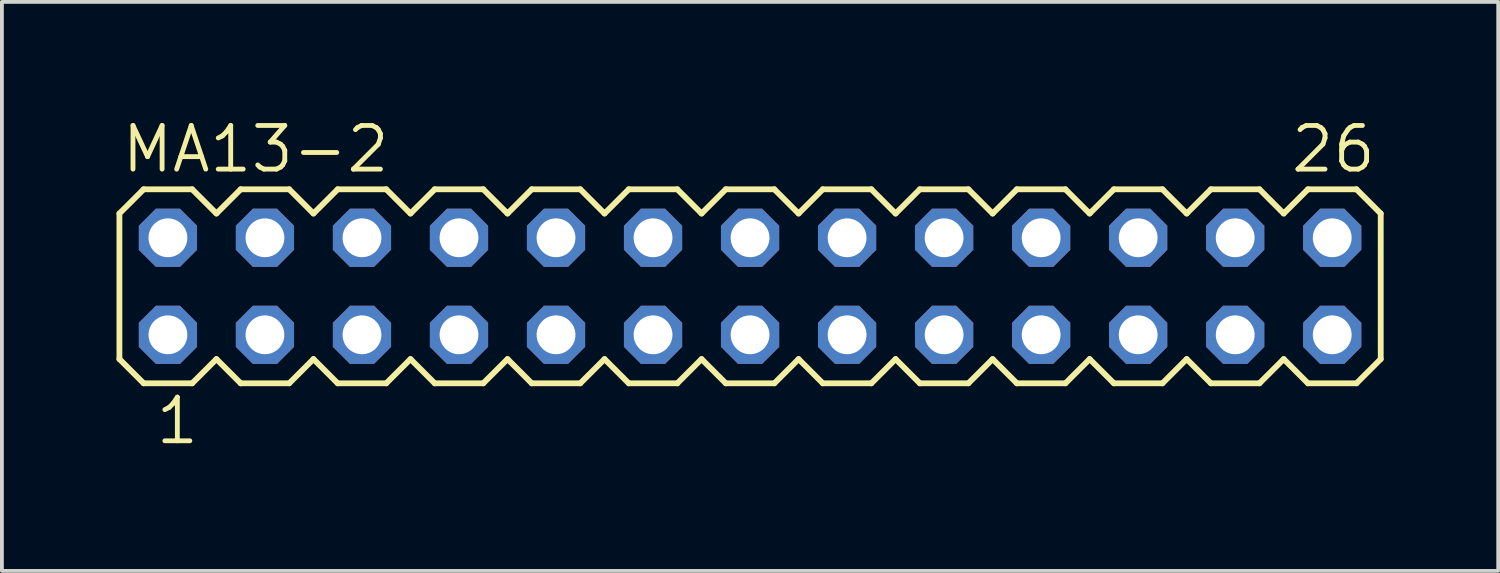
<source format=kicad_pcb>
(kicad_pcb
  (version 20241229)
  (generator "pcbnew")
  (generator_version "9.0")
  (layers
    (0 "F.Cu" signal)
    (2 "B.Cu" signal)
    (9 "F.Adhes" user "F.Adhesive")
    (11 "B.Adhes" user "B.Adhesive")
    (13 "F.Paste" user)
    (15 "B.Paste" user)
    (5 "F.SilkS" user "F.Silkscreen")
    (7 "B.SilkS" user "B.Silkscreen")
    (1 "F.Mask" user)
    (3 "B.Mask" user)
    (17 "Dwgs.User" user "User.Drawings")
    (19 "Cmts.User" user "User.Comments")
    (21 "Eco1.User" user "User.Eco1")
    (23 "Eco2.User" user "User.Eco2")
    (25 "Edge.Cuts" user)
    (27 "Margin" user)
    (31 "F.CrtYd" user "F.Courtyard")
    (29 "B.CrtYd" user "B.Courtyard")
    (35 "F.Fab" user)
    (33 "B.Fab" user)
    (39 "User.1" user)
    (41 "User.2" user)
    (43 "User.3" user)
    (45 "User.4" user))
  (footprint "MA13-2"
    (layer "F.Cu")
    (at 16.586 4.445)
    (property "Reference" "MA13-2" (at -16.51 -2.921 0) (layer "F.SilkS") (effects (font (size 1.143 1.143) (thickness 0.127)) (justify left bottom)))
    (fp_line (start -16.51 -1.905) (end -16.51 1.905) (stroke (width 0.152) (type solid)) (layer "F.SilkS"))
    (fp_line (start -16.51 1.905) (end -15.875 2.54) (stroke (width 0.152) (type solid)) (layer "F.SilkS"))
    (fp_line (start -15.875 -2.54) (end -16.51 -1.905) (stroke (width 0.152) (type solid)) (layer "F.SilkS"))
    (fp_line (start -15.875 -2.54) (end -14.605 -2.54) (stroke (width 0.152) (type solid)) (layer "F.SilkS"))
    (fp_line (start -14.605 -2.54) (end -13.97 -1.905) (stroke (width 0.152) (type solid)) (layer "F.SilkS"))
    (fp_line (start -14.605 2.54) (end -15.875 2.54) (stroke (width 0.152) (type solid)) (layer "F.SilkS"))
    (fp_line (start -13.97 -1.905) (end -13.335 -2.54) (stroke (width 0.152) (type solid)) (layer "F.SilkS"))
    (fp_line (start -13.97 1.905) (end -14.605 2.54) (stroke (width 0.152) (type solid)) (layer "F.SilkS"))
    (fp_line (start -13.335 -2.54) (end -12.065 -2.54) (stroke (width 0.152) (type solid)) (layer "F.SilkS"))
    (fp_line (start -13.335 2.54) (end -13.97 1.905) (stroke (width 0.152) (type solid)) (layer "F.SilkS"))
    (fp_line (start -12.065 -2.54) (end -11.43 -1.905) (stroke (width 0.152) (type solid)) (layer "F.SilkS"))
    (fp_line (start -12.065 2.54) (end -13.335 2.54) (stroke (width 0.152) (type solid)) (layer "F.SilkS"))
    (fp_line (start -11.43 -1.905) (end -10.795 -2.54) (stroke (width 0.152) (type solid)) (layer "F.SilkS"))
    (fp_line (start -11.43 1.905) (end -12.065 2.54) (stroke (width 0.152) (type solid)) (layer "F.SilkS"))
    (fp_line (start -10.795 -2.54) (end -9.525 -2.54) (stroke (width 0.152) (type solid)) (layer "F.SilkS"))
    (fp_line (start -10.795 2.54) (end -11.43 1.905) (stroke (width 0.152) (type solid)) (layer "F.SilkS"))
    (fp_line (start -9.525 -2.54) (end -8.89 -1.905) (stroke (width 0.152) (type solid)) (layer "F.SilkS"))
    (fp_line (start -9.525 2.54) (end -10.795 2.54) (stroke (width 0.152) (type solid)) (layer "F.SilkS"))
    (fp_line (start -8.89 1.905) (end -9.525 2.54) (stroke (width 0.152) (type solid)) (layer "F.SilkS"))
    (fp_line (start -8.89 1.905) (end -8.255 2.54) (stroke (width 0.152) (type solid)) (layer "F.SilkS"))
    (fp_line (start -8.255 -2.54) (end -8.89 -1.905) (stroke (width 0.152) (type solid)) (layer "F.SilkS"))
    (fp_line (start -8.255 -2.54) (end -6.985 -2.54) (stroke (width 0.152) (type solid)) (layer "F.SilkS"))
    (fp_line (start -6.985 -2.54) (end -6.35 -1.905) (stroke (width 0.152) (type solid)) (layer "F.SilkS"))
    (fp_line (start -6.985 2.54) (end -8.255 2.54) (stroke (width 0.152) (type solid)) (layer "F.SilkS"))
    (fp_line (start -6.35 -1.905) (end -5.715 -2.54) (stroke (width 0.152) (type solid)) (layer "F.SilkS"))
    (fp_line (start -6.35 1.905) (end -6.985 2.54) (stroke (width 0.152) (type solid)) (layer "F.SilkS"))
    (fp_line (start -5.715 -2.54) (end -4.445 -2.54) (stroke (width 0.152) (type solid)) (layer "F.SilkS"))
    (fp_line (start -5.715 2.54) (end -6.35 1.905) (stroke (width 0.152) (type solid)) (layer "F.SilkS"))
    (fp_line (start -4.445 -2.54) (end -3.81 -1.905) (stroke (width 0.152) (type solid)) (layer "F.SilkS"))
    (fp_line (start -4.445 2.54) (end -5.715 2.54) (stroke (width 0.152) (type solid)) (layer "F.SilkS"))
    (fp_line (start -3.81 -1.905) (end -3.175 -2.54) (stroke (width 0.152) (type solid)) (layer "F.SilkS"))
    (fp_line (start -3.81 1.905) (end -4.445 2.54) (stroke (width 0.152) (type solid)) (layer "F.SilkS"))
    (fp_line (start -3.175 -2.54) (end -1.905 -2.54) (stroke (width 0.152) (type solid)) (layer "F.SilkS"))
    (fp_line (start -3.175 2.54) (end -3.81 1.905) (stroke (width 0.152) (type solid)) (layer "F.SilkS"))
    (fp_line (start -1.905 -2.54) (end -1.27 -1.905) (stroke (width 0.152) (type solid)) (layer "F.SilkS"))
    (fp_line (start -1.905 2.54) (end -3.175 2.54) (stroke (width 0.152) (type solid)) (layer "F.SilkS"))
    (fp_line (start -1.27 -1.905) (end -0.635 -2.54) (stroke (width 0.152) (type solid)) (layer "F.SilkS"))
    (fp_line (start -1.27 1.905) (end -1.905 2.54) (stroke (width 0.152) (type solid)) (layer "F.SilkS"))
    (fp_line (start -0.635 -2.54) (end 0.635 -2.54) (stroke (width 0.152) (type solid)) (layer "F.SilkS"))
    (fp_line (start -0.635 2.54) (end -1.27 1.905) (stroke (width 0.152) (type solid)) (layer "F.SilkS"))
    (fp_line (start 0.635 -2.54) (end 1.27 -1.905) (stroke (width 0.152) (type solid)) (layer "F.SilkS"))
    (fp_line (start 0.635 2.54) (end -0.635 2.54) (stroke (width 0.152) (type solid)) (layer "F.SilkS"))
    (fp_line (start 1.27 1.905) (end 0.635 2.54) (stroke (width 0.152) (type solid)) (layer "F.SilkS"))
    (fp_line (start 1.27 1.905) (end 1.905 2.54) (stroke (width 0.152) (type solid)) (layer "F.SilkS"))
    (fp_line (start 1.905 -2.54) (end 1.27 -1.905) (stroke (width 0.152) (type solid)) (layer "F.SilkS"))
    (fp_line (start 1.905 -2.54) (end 3.175 -2.54) (stroke (width 0.152) (type solid)) (layer "F.SilkS"))
    (fp_line (start 3.175 -2.54) (end 3.81 -1.905) (stroke (width 0.152) (type solid)) (layer "F.SilkS"))
    (fp_line (start 3.175 2.54) (end 1.905 2.54) (stroke (width 0.152) (type solid)) (layer "F.SilkS"))
    (fp_line (start 3.81 -1.905) (end 4.445 -2.54) (stroke (width 0.152) (type solid)) (layer "F.SilkS"))
    (fp_line (start 3.81 1.905) (end 3.175 2.54) (stroke (width 0.152) (type solid)) (layer "F.SilkS"))
    (fp_line (start 4.445 -2.54) (end 5.715 -2.54) (stroke (width 0.152) (type solid)) (layer "F.SilkS"))
    (fp_line (start 4.445 2.54) (end 3.81 1.905) (stroke (width 0.152) (type solid)) (layer "F.SilkS"))
    (fp_line (start 5.715 -2.54) (end 6.35 -1.905) (stroke (width 0.152) (type solid)) (layer "F.SilkS"))
    (fp_line (start 5.715 2.54) (end 4.445 2.54) (stroke (width 0.152) (type solid)) (layer "F.SilkS"))
    (fp_line (start 6.35 -1.905) (end 6.985 -2.54) (stroke (width 0.152) (type solid)) (layer "F.SilkS"))
    (fp_line (start 6.35 1.905) (end 5.715 2.54) (stroke (width 0.152) (type solid)) (layer "F.SilkS"))
    (fp_line (start 6.985 -2.54) (end 8.255 -2.54) (stroke (width 0.152) (type solid)) (layer "F.SilkS"))
    (fp_line (start 6.985 2.54) (end 6.35 1.905) (stroke (width 0.152) (type solid)) (layer "F.SilkS"))
    (fp_line (start 8.255 -2.54) (end 8.89 -1.905) (stroke (width 0.152) (type solid)) (layer "F.SilkS"))
    (fp_line (start 8.255 2.54) (end 6.985 2.54) (stroke (width 0.152) (type solid)) (layer "F.SilkS"))
    (fp_line (start 8.89 1.905) (end 8.255 2.54) (stroke (width 0.152) (type solid)) (layer "F.SilkS"))
    (fp_line (start 8.89 1.905) (end 9.525 2.54) (stroke (width 0.152) (type solid)) (layer "F.SilkS"))
    (fp_line (start 9.525 -2.54) (end 8.89 -1.905) (stroke (width 0.152) (type solid)) (layer "F.SilkS"))
    (fp_line (start 9.525 -2.54) (end 10.795 -2.54) (stroke (width 0.152) (type solid)) (layer "F.SilkS"))
    (fp_line (start 10.795 -2.54) (end 11.43 -1.905) (stroke (width 0.152) (type solid)) (layer "F.SilkS"))
    (fp_line (start 10.795 2.54) (end 9.525 2.54) (stroke (width 0.152) (type solid)) (layer "F.SilkS"))
    (fp_line (start 11.43 -1.905) (end 12.065 -2.54) (stroke (width 0.152) (type solid)) (layer "F.SilkS"))
    (fp_line (start 11.43 1.905) (end 10.795 2.54) (stroke (width 0.152) (type solid)) (layer "F.SilkS"))
    (fp_line (start 12.065 -2.54) (end 13.335 -2.54) (stroke (width 0.152) (type solid)) (layer "F.SilkS"))
    (fp_line (start 12.065 2.54) (end 11.43 1.905) (stroke (width 0.152) (type solid)) (layer "F.SilkS"))
    (fp_line (start 13.335 -2.54) (end 13.97 -1.905) (stroke (width 0.152) (type solid)) (layer "F.SilkS"))
    (fp_line (start 13.335 2.54) (end 12.065 2.54) (stroke (width 0.152) (type solid)) (layer "F.SilkS"))
    (fp_line (start 13.97 -1.905) (end 14.605 -2.54) (stroke (width 0.152) (type solid)) (layer "F.SilkS"))
    (fp_line (start 13.97 1.905) (end 13.335 2.54) (stroke (width 0.152) (type solid)) (layer "F.SilkS"))
    (fp_line (start 14.605 -2.54) (end 15.875 -2.54) (stroke (width 0.152) (type solid)) (layer "F.SilkS"))
    (fp_line (start 14.605 2.54) (end 13.97 1.905) (stroke (width 0.152) (type solid)) (layer "F.SilkS"))
    (fp_line (start 15.875 -2.54) (end 16.51 -1.905) (stroke (width 0.152) (type solid)) (layer "F.SilkS"))
    (fp_line (start 15.875 2.54) (end 14.605 2.54) (stroke (width 0.152) (type solid)) (layer "F.SilkS"))
    (fp_line (start 16.51 -1.905) (end 16.51 1.905) (stroke (width 0.152) (type solid)) (layer "F.SilkS"))
    (fp_line (start 16.51 1.905) (end 15.875 2.54) (stroke (width 0.152) (type solid)) (layer "F.SilkS"))
    (fp_poly (pts (xy -15.494 -1.016) (xy -14.986 -1.016) (xy -14.986 -1.524) (xy -15.494 -1.524)) (stroke (width 0.1) (type default)) (fill no) (layer "F.Fab"))
    (fp_poly (pts (xy -15.494 1.524) (xy -14.986 1.524) (xy -14.986 1.016) (xy -15.494 1.016)) (stroke (width 0.1) (type default)) (fill no) (layer "F.Fab"))
    (fp_poly (pts (xy -12.954 -1.016) (xy -12.446 -1.016) (xy -12.446 -1.524) (xy -12.954 -1.524)) (stroke (width 0.1) (type default)) (fill no) (layer "F.Fab"))
    (fp_poly (pts (xy -12.954 1.524) (xy -12.446 1.524) (xy -12.446 1.016) (xy -12.954 1.016)) (stroke (width 0.1) (type default)) (fill no) (layer "F.Fab"))
    (fp_poly (pts (xy -10.414 -1.016) (xy -9.906 -1.016) (xy -9.906 -1.524) (xy -10.414 -1.524)) (stroke (width 0.1) (type default)) (fill no) (layer "F.Fab"))
    (fp_poly (pts (xy -10.414 1.524) (xy -9.906 1.524) (xy -9.906 1.016) (xy -10.414 1.016)) (stroke (width 0.1) (type default)) (fill no) (layer "F.Fab"))
    (fp_poly (pts (xy -7.874 -1.016) (xy -7.366 -1.016) (xy -7.366 -1.524) (xy -7.874 -1.524)) (stroke (width 0.1) (type default)) (fill no) (layer "F.Fab"))
    (fp_poly (pts (xy -7.874 1.524) (xy -7.366 1.524) (xy -7.366 1.016) (xy -7.874 1.016)) (stroke (width 0.1) (type default)) (fill no) (layer "F.Fab"))
    (fp_poly (pts (xy -5.334 -1.016) (xy -4.826 -1.016) (xy -4.826 -1.524) (xy -5.334 -1.524)) (stroke (width 0.1) (type default)) (fill no) (layer "F.Fab"))
    (fp_poly (pts (xy -5.334 1.524) (xy -4.826 1.524) (xy -4.826 1.016) (xy -5.334 1.016)) (stroke (width 0.1) (type default)) (fill no) (layer "F.Fab"))
    (fp_poly (pts (xy -2.794 -1.016) (xy -2.286 -1.016) (xy -2.286 -1.524) (xy -2.794 -1.524)) (stroke (width 0.1) (type default)) (fill no) (layer "F.Fab"))
    (fp_poly (pts (xy -2.794 1.524) (xy -2.286 1.524) (xy -2.286 1.016) (xy -2.794 1.016)) (stroke (width 0.1) (type default)) (fill no) (layer "F.Fab"))
    (fp_poly (pts (xy -0.254 -1.016) (xy 0.254 -1.016) (xy 0.254 -1.524) (xy -0.254 -1.524)) (stroke (width 0.1) (type default)) (fill no) (layer "F.Fab"))
    (fp_poly (pts (xy -0.254 1.524) (xy 0.254 1.524) (xy 0.254 1.016) (xy -0.254 1.016)) (stroke (width 0.1) (type default)) (fill no) (layer "F.Fab"))
    (fp_poly (pts (xy 2.286 -1.016) (xy 2.794 -1.016) (xy 2.794 -1.524) (xy 2.286 -1.524)) (stroke (width 0.1) (type default)) (fill no) (layer "F.Fab"))
    (fp_poly (pts (xy 2.286 1.524) (xy 2.794 1.524) (xy 2.794 1.016) (xy 2.286 1.016)) (stroke (width 0.1) (type default)) (fill no) (layer "F.Fab"))
    (fp_poly (pts (xy 4.826 -1.016) (xy 5.334 -1.016) (xy 5.334 -1.524) (xy 4.826 -1.524)) (stroke (width 0.1) (type default)) (fill no) (layer "F.Fab"))
    (fp_poly (pts (xy 4.826 1.524) (xy 5.334 1.524) (xy 5.334 1.016) (xy 4.826 1.016)) (stroke (width 0.1) (type default)) (fill no) (layer "F.Fab"))
    (fp_poly (pts (xy 7.366 -1.016) (xy 7.874 -1.016) (xy 7.874 -1.524) (xy 7.366 -1.524)) (stroke (width 0.1) (type default)) (fill no) (layer "F.Fab"))
    (fp_poly (pts (xy 7.366 1.524) (xy 7.874 1.524) (xy 7.874 1.016) (xy 7.366 1.016)) (stroke (width 0.1) (type default)) (fill no) (layer "F.Fab"))
    (fp_poly (pts (xy 9.906 -1.016) (xy 10.414 -1.016) (xy 10.414 -1.524) (xy 9.906 -1.524)) (stroke (width 0.1) (type default)) (fill no) (layer "F.Fab"))
    (fp_poly (pts (xy 9.906 1.524) (xy 10.414 1.524) (xy 10.414 1.016) (xy 9.906 1.016)) (stroke (width 0.1) (type default)) (fill no) (layer "F.Fab"))
    (fp_poly (pts (xy 12.446 -1.016) (xy 12.954 -1.016) (xy 12.954 -1.524) (xy 12.446 -1.524)) (stroke (width 0.1) (type default)) (fill no) (layer "F.Fab"))
    (fp_poly (pts (xy 12.446 1.524) (xy 12.954 1.524) (xy 12.954 1.016) (xy 12.446 1.016)) (stroke (width 0.1) (type default)) (fill no) (layer "F.Fab"))
    (fp_poly (pts (xy 14.986 -1.016) (xy 15.494 -1.016) (xy 15.494 -1.524) (xy 14.986 -1.524)) (stroke (width 0.1) (type default)) (fill no) (layer "F.Fab"))
    (fp_poly (pts (xy 14.986 1.524) (xy 15.494 1.524) (xy 15.494 1.016) (xy 14.986 1.016)) (stroke (width 0.1) (type default)) (fill no) (layer "F.Fab"))
    (fp_text user "1" (at -15.621 4.191 0) (layer "F.SilkS") (effects (font (size 1.143 1.143) (thickness 0.127)) (justify left bottom)))
    (fp_text user "26" (at 14.097 -2.921 0) (layer "F.SilkS") (effects (font (size 1.143 1.143) (thickness 0.127)) (justify left bottom)))
    (pad "1" thru_hole roundrect (at -15.24 1.27) (size 1.524 1.524) (drill 1.016) (layers "*.Cu" "*.Mask") (roundrect_rratio 0.25) (chamfer_ratio 0.293) (chamfer top_left top_right bottom_left bottom_right))
    (pad "2" thru_hole roundrect (at -15.24 -1.27) (size 1.524 1.524) (drill 1.016) (layers "*.Cu" "*.Mask") (roundrect_rratio 0.25) (chamfer_ratio 0.293) (chamfer top_left top_right bottom_left bottom_right))
    (pad "3" thru_hole roundrect (at -12.7 1.27) (size 1.524 1.524) (drill 1.016) (layers "*.Cu" "*.Mask") (roundrect_rratio 0.25) (chamfer_ratio 0.293) (chamfer top_left top_right bottom_left bottom_right))
    (pad "4" thru_hole roundrect (at -12.7 -1.27) (size 1.524 1.524) (drill 1.016) (layers "*.Cu" "*.Mask") (roundrect_rratio 0.25) (chamfer_ratio 0.293) (chamfer top_left top_right bottom_left bottom_right))
    (pad "5" thru_hole roundrect (at -10.16 1.27) (size 1.524 1.524) (drill 1.016) (layers "*.Cu" "*.Mask") (roundrect_rratio 0.25) (chamfer_ratio 0.293) (chamfer top_left top_right bottom_left bottom_right))
    (pad "6" thru_hole roundrect (at -10.16 -1.27) (size 1.524 1.524) (drill 1.016) (layers "*.Cu" "*.Mask") (roundrect_rratio 0.25) (chamfer_ratio 0.293) (chamfer top_left top_right bottom_left bottom_right))
    (pad "7" thru_hole roundrect (at -7.62 1.27) (size 1.524 1.524) (drill 1.016) (layers "*.Cu" "*.Mask") (roundrect_rratio 0.25) (chamfer_ratio 0.293) (chamfer top_left top_right bottom_left bottom_right))
    (pad "8" thru_hole roundrect (at -7.62 -1.27) (size 1.524 1.524) (drill 1.016) (layers "*.Cu" "*.Mask") (roundrect_rratio 0.25) (chamfer_ratio 0.293) (chamfer top_left top_right bottom_left bottom_right))
    (pad "9" thru_hole roundrect (at -5.08 1.27) (size 1.524 1.524) (drill 1.016) (layers "*.Cu" "*.Mask") (roundrect_rratio 0.25) (chamfer_ratio 0.293) (chamfer top_left top_right bottom_left bottom_right))
    (pad "10" thru_hole roundrect (at -5.08 -1.27) (size 1.524 1.524) (drill 1.016) (layers "*.Cu" "*.Mask") (roundrect_rratio 0.25) (chamfer_ratio 0.293) (chamfer top_left top_right bottom_left bottom_right))
    (pad "11" thru_hole roundrect (at -2.54 1.27) (size 1.524 1.524) (drill 1.016) (layers "*.Cu" "*.Mask") (roundrect_rratio 0.25) (chamfer_ratio 0.293) (chamfer top_left top_right bottom_left bottom_right))
    (pad "12" thru_hole roundrect (at -2.54 -1.27) (size 1.524 1.524) (drill 1.016) (layers "*.Cu" "*.Mask") (roundrect_rratio 0.25) (chamfer_ratio 0.293) (chamfer top_left top_right bottom_left bottom_right))
    (pad "13" thru_hole roundrect (at 0 1.27) (size 1.524 1.524) (drill 1.016) (layers "*.Cu" "*.Mask") (roundrect_rratio 0.25) (chamfer_ratio 0.293) (chamfer top_left top_right bottom_left bottom_right))
    (pad "14" thru_hole roundrect (at 0 -1.27) (size 1.524 1.524) (drill 1.016) (layers "*.Cu" "*.Mask") (roundrect_rratio 0.25) (chamfer_ratio 0.293) (chamfer top_left top_right bottom_left bottom_right))
    (pad "15" thru_hole roundrect (at 2.54 1.27) (size 1.524 1.524) (drill 1.016) (layers "*.Cu" "*.Mask") (roundrect_rratio 0.25) (chamfer_ratio 0.293) (chamfer top_left top_right bottom_left bottom_right))
    (pad "16" thru_hole roundrect (at 2.54 -1.27) (size 1.524 1.524) (drill 1.016) (layers "*.Cu" "*.Mask") (roundrect_rratio 0.25) (chamfer_ratio 0.293) (chamfer top_left top_right bottom_left bottom_right))
    (pad "17" thru_hole roundrect (at 5.08 1.27) (size 1.524 1.524) (drill 1.016) (layers "*.Cu" "*.Mask") (roundrect_rratio 0.25) (chamfer_ratio 0.293) (chamfer top_left top_right bottom_left bottom_right))
    (pad "18" thru_hole roundrect (at 5.08 -1.27) (size 1.524 1.524) (drill 1.016) (layers "*.Cu" "*.Mask") (roundrect_rratio 0.25) (chamfer_ratio 0.293) (chamfer top_left top_right bottom_left bottom_right))
    (pad "19" thru_hole roundrect (at 7.62 1.27) (size 1.524 1.524) (drill 1.016) (layers "*.Cu" "*.Mask") (roundrect_rratio 0.25) (chamfer_ratio 0.293) (chamfer top_left top_right bottom_left bottom_right))
    (pad "20" thru_hole roundrect (at 7.62 -1.27) (size 1.524 1.524) (drill 1.016) (layers "*.Cu" "*.Mask") (roundrect_rratio 0.25) (chamfer_ratio 0.293) (chamfer top_left top_right bottom_left bottom_right))
    (pad "21" thru_hole roundrect (at 10.16 1.27) (size 1.524 1.524) (drill 1.016) (layers "*.Cu" "*.Mask") (roundrect_rratio 0.25) (chamfer_ratio 0.293) (chamfer top_left top_right bottom_left bottom_right))
    (pad "22" thru_hole roundrect (at 10.16 -1.27) (size 1.524 1.524) (drill 1.016) (layers "*.Cu" "*.Mask") (roundrect_rratio 0.25) (chamfer_ratio 0.293) (chamfer top_left top_right bottom_left bottom_right))
    (pad "23" thru_hole roundrect (at 12.7 1.27) (size 1.524 1.524) (drill 1.016) (layers "*.Cu" "*.Mask") (roundrect_rratio 0.25) (chamfer_ratio 0.293) (chamfer top_left top_right bottom_left bottom_right))
    (pad "24" thru_hole roundrect (at 12.7 -1.27) (size 1.524 1.524) (drill 1.016) (layers "*.Cu" "*.Mask") (roundrect_rratio 0.25) (chamfer_ratio 0.293) (chamfer top_left top_right bottom_left bottom_right))
    (pad "25" thru_hole roundrect (at 15.24 1.27) (size 1.524 1.524) (drill 1.016) (layers "*.Cu" "*.Mask") (roundrect_rratio 0.25) (chamfer_ratio 0.293) (chamfer top_left top_right bottom_left bottom_right))
    (pad "26" thru_hole roundrect (at 15.24 -1.27) (size 1.524 1.524) (drill 1.016) (layers "*.Cu" "*.Mask") (roundrect_rratio 0.25) (chamfer_ratio 0.293) (chamfer top_left top_right bottom_left bottom_right)))
  (gr_rect
    (start -3 -3)
    (end 36.172 11.895)
    (stroke (width 0.1) (type default))
    (fill no)
    (layer "Edge.Cuts")))
</source>
